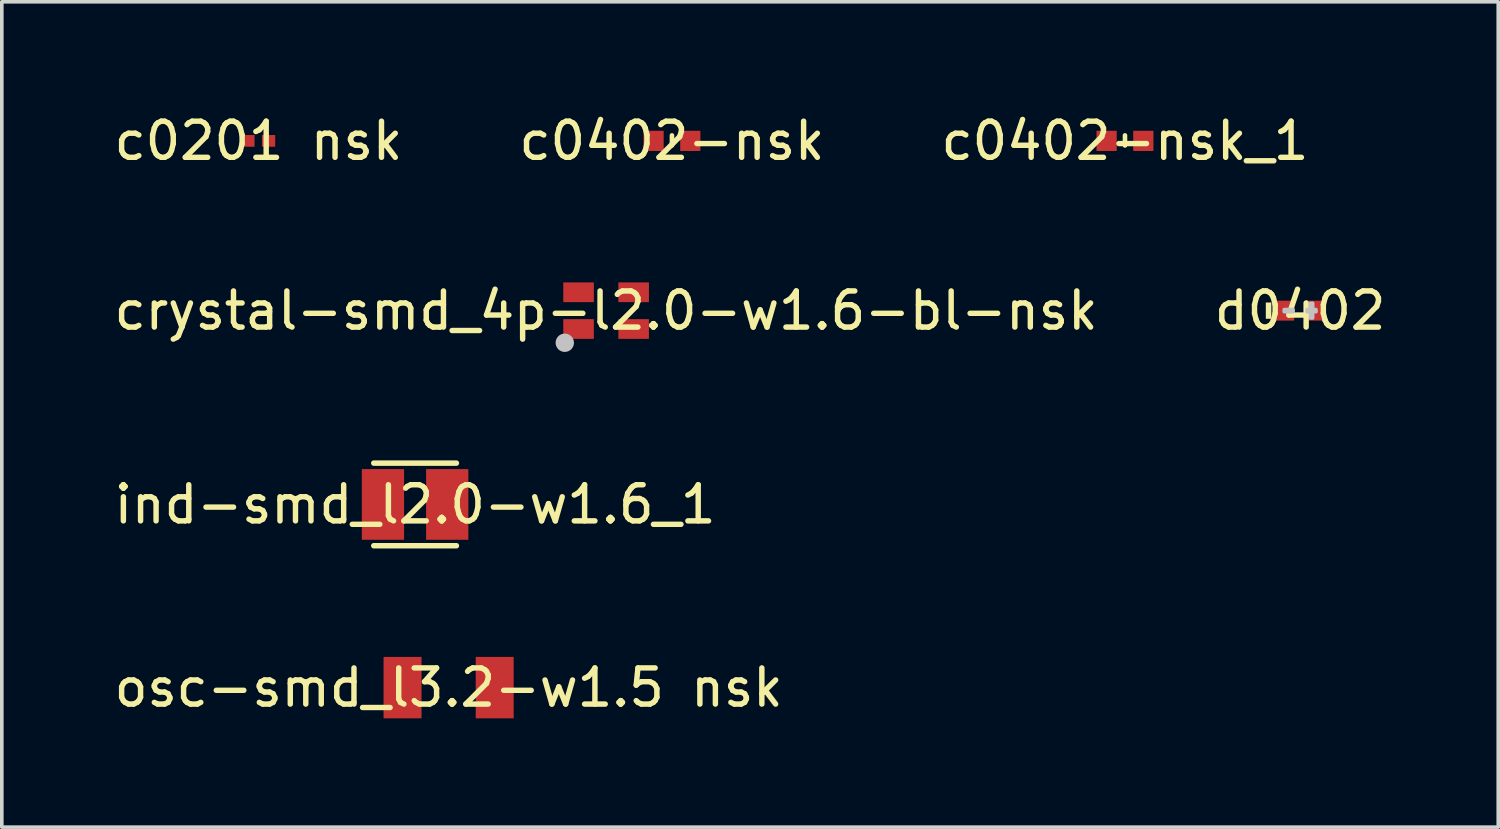
<source format=kicad_pcb>
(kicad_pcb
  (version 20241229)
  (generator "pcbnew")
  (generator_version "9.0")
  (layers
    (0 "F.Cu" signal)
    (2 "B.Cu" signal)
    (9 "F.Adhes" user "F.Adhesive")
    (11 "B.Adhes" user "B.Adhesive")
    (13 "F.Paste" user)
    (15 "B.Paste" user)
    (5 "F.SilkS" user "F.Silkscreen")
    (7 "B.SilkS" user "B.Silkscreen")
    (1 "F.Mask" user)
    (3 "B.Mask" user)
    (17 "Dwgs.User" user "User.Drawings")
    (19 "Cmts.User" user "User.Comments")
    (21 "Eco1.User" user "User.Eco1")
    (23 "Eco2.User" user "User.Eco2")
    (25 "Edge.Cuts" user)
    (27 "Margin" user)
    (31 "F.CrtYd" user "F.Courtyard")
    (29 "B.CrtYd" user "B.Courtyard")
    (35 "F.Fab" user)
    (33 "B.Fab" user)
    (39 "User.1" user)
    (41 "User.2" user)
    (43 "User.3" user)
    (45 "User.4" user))
  (footprint "c0402-nsk_1"
    (layer "F.Cu")
    (at 28.077 0.848)
    (property "Reference" "c0402-nsk_1" (at 0 0 0) (layer "F.SilkS") (effects (font (size 1 1) (thickness 0.15))))
    (fp_line (start 0 -0.152) (end 0 0.127) (stroke (width 0.127) (type default)) (layer "F.SilkS"))
    (fp_poly (pts (xy -0.525 0.24) (xy -0.525 -0.26) (xy -0.275 -0.26) (xy -0.275 0.24)) (stroke (width 0.1) (type default)) (fill no) (layer "User.1"))
    (fp_poly (pts (xy 0.475 0.24) (xy 0.475 -0.26) (xy 0.225 -0.26) (xy 0.225 0.24)) (stroke (width 0.1) (type default)) (fill no) (layer "User.1"))
    (fp_line (start -0.525 -0.26) (end 0.475 -0.26) (stroke (width 0.051) (type default)) (layer "User.2"))
    (fp_line (start -0.525 0.24) (end -0.525 -0.26) (stroke (width 0.051) (type default)) (layer "User.2"))
    (fp_line (start -0.508 -0.246) (end 0.492 -0.246) (stroke (width 0.051) (type default)) (layer "User.2"))
    (fp_line (start -0.508 0.254) (end -0.508 -0.246) (stroke (width 0.051) (type default)) (layer "User.2"))
    (fp_line (start 0.475 -0.26) (end 0.475 0.24) (stroke (width 0.051) (type default)) (layer "User.2"))
    (fp_line (start 0.475 0.24) (end -0.525 0.24) (stroke (width 0.051) (type default)) (layer "User.2"))
    (fp_line (start 0.492 -0.246) (end 0.492 0.254) (stroke (width 0.051) (type default)) (layer "User.2"))
    (fp_line (start 0.492 0.254) (end -0.508 0.254) (stroke (width 0.051) (type default)) (layer "User.2"))
    (fp_poly (pts (xy -0.465 0.24) (xy -0.483 0.198) (xy -0.525 0.18) (xy -0.567 0.198) (xy -0.585 0.24) (xy -0.567 0.283) (xy -0.525 0.3) (xy -0.483 0.283)) (stroke (width 0.1) (type default)) (fill no) (layer "User.3"))
    (pad "1" smd rect (at -0.508 0) (size 0.559 0.559) (layers "F.Cu" "F.Mask" "F.Paste"))
    (pad "2" smd rect (at 0.508 0) (size 0.559 0.559) (layers "F.Cu" "F.Mask" "F.Paste")))
  (footprint "c0402-nsk"
    (layer "F.Cu")
    (at 15.542 0.848)
    (property "Reference" "c0402-nsk" (at 0 0 0) (layer "F.SilkS") (effects (font (size 1 1) (thickness 0.15))))
    (fp_line (start 0 -0.152) (end 0 0.127) (stroke (width 0.127) (type default)) (layer "F.SilkS"))
    (fp_poly (pts (xy -0.525 0.24) (xy -0.525 -0.26) (xy -0.275 -0.26) (xy -0.275 0.24)) (stroke (width 0.1) (type default)) (fill no) (layer "User.1"))
    (fp_poly (pts (xy 0.475 0.24) (xy 0.475 -0.26) (xy 0.225 -0.26) (xy 0.225 0.24)) (stroke (width 0.1) (type default)) (fill no) (layer "User.1"))
    (fp_line (start -0.525 -0.26) (end 0.475 -0.26) (stroke (width 0.051) (type default)) (layer "User.2"))
    (fp_line (start -0.525 0.24) (end -0.525 -0.26) (stroke (width 0.051) (type default)) (layer "User.2"))
    (fp_line (start -0.508 -0.246) (end 0.492 -0.246) (stroke (width 0.051) (type default)) (layer "User.2"))
    (fp_line (start -0.508 0.254) (end -0.508 -0.246) (stroke (width 0.051) (type default)) (layer "User.2"))
    (fp_line (start 0.475 -0.26) (end 0.475 0.24) (stroke (width 0.051) (type default)) (layer "User.2"))
    (fp_line (start 0.475 0.24) (end -0.525 0.24) (stroke (width 0.051) (type default)) (layer "User.2"))
    (fp_line (start 0.492 -0.246) (end 0.492 0.254) (stroke (width 0.051) (type default)) (layer "User.2"))
    (fp_line (start 0.492 0.254) (end -0.508 0.254) (stroke (width 0.051) (type default)) (layer "User.2"))
    (fp_poly (pts (xy -0.465 0.24) (xy -0.483 0.198) (xy -0.525 0.18) (xy -0.567 0.198) (xy -0.585 0.24) (xy -0.567 0.283) (xy -0.525 0.3) (xy -0.483 0.283)) (stroke (width 0.1) (type default)) (fill no) (layer "User.3"))
    (pad "1" smd rect (at -0.508 0) (size 0.559 0.559) (layers "F.Cu" "F.Mask" "F.Paste"))
    (pad "2" smd rect (at 0.508 0) (size 0.559 0.559) (layers "F.Cu" "F.Mask" "F.Paste")))
  (footprint "c0201 nsk"
    (layer "F.Cu")
    (at 4.101 0.848)
    (property "Reference" "c0201 nsk" (at 0 0 0) (layer "F.SilkS") (effects (font (size 1 1) (thickness 0.15))))
    (fp_rect (start -0.254 -0.127) (end 0.254 0.127) (stroke (width 0.025) (type default)) (fill no) (layer "User.2"))
    (pad "1" smd rect (at -0.292 0) (size 0.368 0.324) (layers "F.Cu" "F.Mask" "F.Paste"))
    (pad "2" smd rect (at 0.28 0) (size 0.368 0.324) (layers "F.Cu" "F.Mask" "F.Paste")))
  (footprint "d0402"
    (layer "F.Cu")
    (at 32.923 5.545)
    (property "Reference" "d0402" (at 0 0 0) (layer "F.SilkS") (effects (font (size 1 1) (thickness 0.15))))
    (fp_poly (pts (xy -0.796 0.225) (xy -0.796 -0.225) (xy -0.949 -0.225) (xy -0.949 0.225)) (stroke (width 0) (type default)) (fill yes) (layer "F.SilkS"))
    (fp_poly (pts (xy -0.147 -0.234) (xy -0.147 0.234) (xy -0.189 0.276) (xy -0.628 0.276) (xy -0.669 0.234) (xy -0.669 -0.234) (xy -0.628 -0.276) (xy -0.189 -0.276)) (stroke (width 0) (type default)) (fill yes) (layer "F.Paste"))
    (fp_poly (pts (xy 0.147 -0.234) (xy 0.147 0.234) (xy 0.189 0.276) (xy 0.628 0.276) (xy 0.669 0.234) (xy 0.669 -0.234) (xy 0.628 -0.276) (xy 0.189 -0.276)) (stroke (width 0) (type default)) (fill yes) (layer "F.Paste"))
    (fp_poly (pts (xy -0.439 0.03) (xy -0.439 -0.03) (xy -0.194 -0.03) (xy -0.194 0.03)) (stroke (width 0.1) (type default)) (fill no) (layer "Dwgs.User"))
    (fp_poly (pts (xy 0.347 0.204) (xy 0.347 -0.204) (xy 0.286 -0.204) (xy 0.286 0.204)) (stroke (width 0.1) (type default)) (fill no) (layer "Dwgs.User"))
    (fp_poly (pts (xy 0.439 0.03) (xy 0.439 -0.03) (xy 0.194 -0.03) (xy 0.194 0.03)) (stroke (width 0.1) (type default)) (fill no) (layer "Dwgs.User"))
    (fp_poly (pts (xy -0.5 0.255) (xy -0.5 -0.255) (xy -0.26 -0.255) (xy -0.26 0.255)) (stroke (width 0.1) (type default)) (fill no) (layer "User.1"))
    (fp_poly (pts (xy 0.5 0.255) (xy 0.5 -0.255) (xy 0.26 -0.255) (xy 0.26 0.255)) (stroke (width 0.1) (type default)) (fill no) (layer "User.1"))
    (fp_line (start -0.5 -0.255) (end 0.5 -0.255) (stroke (width 0.051) (type default)) (layer "User.2"))
    (fp_line (start -0.5 0.255) (end -0.5 -0.255) (stroke (width 0.051) (type default)) (layer "User.2"))
    (fp_line (start 0.5 -0.255) (end 0.5 0.255) (stroke (width 0.051) (type default)) (layer "User.2"))
    (fp_line (start 0.5 0.255) (end -0.5 0.255) (stroke (width 0.051) (type default)) (layer "User.2"))
    (fp_poly (pts (xy -0.44 0.255) (xy -0.458 0.213) (xy -0.5 0.195) (xy -0.542 0.213) (xy -0.56 0.255) (xy -0.542 0.297) (xy -0.5 0.315) (xy -0.458 0.297)) (stroke (width 0.1) (type default)) (fill no) (layer "User.3"))
    (pad "1" smd rect (at -0.416 0) (size 0.505 0.551) (layers "F.Cu" "F.Mask" "F.Paste"))
    (pad "2" smd rect (at 0.416 0) (size 0.505 0.551) (layers "F.Cu" "F.Mask" "F.Paste")))
  (footprint "ind-smd_l2.0-w1.6_1"
    (layer "F.Cu")
    (at 8.435 10.907)
    (property "Reference" "ind-smd_l2.0-w1.6_1" (at 0 0 0) (layer "F.SilkS") (effects (font (size 1 1) (thickness 0.15))))
    (fp_line (start -1.143 -1.143) (end 1.143 -1.143) (stroke (width 0.152) (type default)) (layer "F.SilkS"))
    (fp_line (start 1.143 1.143) (end -1.143 1.143) (stroke (width 0.152) (type default)) (layer "F.SilkS"))
    (fp_poly (pts (xy -1 -0.8) (xy -0.4 -0.8) (xy -0.4 0.8) (xy -1 0.8)) (stroke (width 0.1) (type default)) (fill no) (layer "User.1"))
    (fp_poly (pts (xy 0.4 -0.8) (xy 1 -0.8) (xy 1 0.8) (xy 0.4 0.8)) (stroke (width 0.1) (type default)) (fill no) (layer "User.1"))
    (fp_line (start -1.381 -0.927) (end 1.381 -0.927) (stroke (width 0.051) (type default)) (layer "User.2"))
    (fp_line (start -1.381 1.054) (end -1.381 -0.927) (stroke (width 0.051) (type default)) (layer "User.2"))
    (fp_line (start 1.381 -0.927) (end 1.381 1.054) (stroke (width 0.051) (type default)) (layer "User.2"))
    (fp_line (start 1.381 1.054) (end -1.381 1.054) (stroke (width 0.051) (type default)) (layer "User.2"))
    (fp_poly (pts (xy 1.06 -0.8) (xy 1.042 -0.842) (xy 1 -0.86) (xy 0.958 -0.842) (xy 0.94 -0.8) (xy 0.958 -0.758) (xy 1 -0.74) (xy 1.042 -0.758)) (stroke (width 0.1) (type default)) (fill no) (layer "User.3"))
    (pad "1" smd rect (at 0.889 0) (size 1.169 1.956) (layers "F.Cu" "F.Mask" "F.Paste"))
    (pad "2" smd rect (at -0.889 0) (size 1.169 1.956) (layers "F.Cu" "F.Mask" "F.Paste")))
  (footprint "crystal-smd_4p-l2.0-w1.6-bl-nsk"
    (layer "F.Cu")
    (at 13.72 5.545)
    (property "Reference" "crystal-smd_4p-l2.0-w1.6-bl-nsk" (at 0 0 0) (layer "F.SilkS") (effects (font (size 1 1) (thickness 0.15))))
    (fp_circle (center -1.143 0.889) (end -1.016 0.889) (stroke (width 0.254) (type default)) (fill no) (layer "Dwgs.User"))
    (fp_poly (pts (xy -0.95 -0.275) (xy -0.95 -0.75) (xy -0.375 -0.75) (xy -0.375 -0.275)) (stroke (width 0.1) (type default)) (fill no) (layer "User.1"))
    (fp_poly (pts (xy -0.95 0.75) (xy -0.95 0.275) (xy -0.375 0.275) (xy -0.375 0.75)) (stroke (width 0.1) (type default)) (fill no) (layer "User.1"))
    (fp_poly (pts (xy 0.95 -0.75) (xy 0.95 -0.275) (xy 0.375 -0.275) (xy 0.375 -0.75)) (stroke (width 0.1) (type default)) (fill no) (layer "User.1"))
    (fp_poly (pts (xy 0.95 0.275) (xy 0.95 0.75) (xy 0.375 0.75) (xy 0.375 0.275)) (stroke (width 0.1) (type default)) (fill no) (layer "User.1"))
    (fp_line (start -1 -0.8) (end 1 -0.8) (stroke (width 0.051) (type default)) (layer "User.2"))
    (fp_line (start -1 0.8) (end -1 -0.8) (stroke (width 0.051) (type default)) (layer "User.2"))
    (fp_line (start 1 -0.8) (end 1 0.8) (stroke (width 0.051) (type default)) (layer "User.2"))
    (fp_line (start 1 0.8) (end -1 0.8) (stroke (width 0.051) (type default)) (layer "User.2"))
    (fp_poly (pts (xy -0.94 0.8) (xy -0.958 0.758) (xy -1 0.74) (xy -1.042 0.758) (xy -1.06 0.8) (xy -1.042 0.842) (xy -1 0.86) (xy -0.958 0.842)) (stroke (width 0.1) (type default)) (fill no) (layer "User.3"))
    (pad "1" smd rect (at -0.762 0.508) (size 0.846 0.546) (layers "F.Cu" "F.Mask" "F.Paste"))
    (pad "2" smd rect (at 0.762 0.508) (size 0.846 0.546) (layers "F.Cu" "F.Mask" "F.Paste"))
    (pad "3" smd rect (at 0.762 -0.508) (size 0.846 0.546) (layers "F.Cu" "F.Mask" "F.Paste"))
    (pad "4" smd rect (at -0.762 -0.508) (size 0.846 0.546) (layers "F.Cu" "F.Mask" "F.Paste")))
  (footprint "osc-smd_l3.2-w1.5 nsk"
    (layer "F.Cu")
    (at 9.363 15.976)
    (property "Reference" "osc-smd_l3.2-w1.5 nsk" (at 0 0 0) (layer "F.SilkS") (effects (font (size 1 1) (thickness 0.15))))
    (fp_poly (pts (xy -0.85 0.75) (xy -0.85 -0.75) (xy -1.5 -0.75) (xy -1.5 0.75)) (stroke (width 0.1) (type default)) (fill no) (layer "User.1"))
    (fp_poly (pts (xy 0.85 0.75) (xy 0.85 -0.75) (xy 1.5 -0.75) (xy 1.5 0.75)) (stroke (width 0.1) (type default)) (fill no) (layer "User.1"))
    (fp_line (start -1.6 -0.75) (end 1.6 -0.75) (stroke (width 0.051) (type default)) (layer "User.2"))
    (fp_line (start -1.6 0.75) (end -1.6 -0.75) (stroke (width 0.051) (type default)) (layer "User.2"))
    (fp_line (start 1.6 -0.75) (end 1.6 0.75) (stroke (width 0.051) (type default)) (layer "User.2"))
    (fp_line (start 1.6 0.75) (end -1.6 0.75) (stroke (width 0.051) (type default)) (layer "User.2"))
    (fp_poly (pts (xy -1.54 0.75) (xy -1.558 0.708) (xy -1.6 0.69) (xy -1.642 0.708) (xy -1.66 0.75) (xy -1.642 0.792) (xy -1.6 0.81) (xy -1.558 0.792)) (stroke (width 0.1) (type default)) (fill no) (layer "User.3"))
    (pad "1" smd rect (at -1.275 0) (size 1.05 1.7) (layers "F.Cu" "F.Mask" "F.Paste"))
    (pad "2" smd rect (at 1.275 0) (size 1.05 1.7) (layers "F.Cu" "F.Mask" "F.Paste")))
  (gr_rect
    (start -3 -3)
    (end 38.405 19.836)
    (stroke (width 0.1) (type default))
    (fill no)
    (layer "Edge.Cuts")))
</source>
